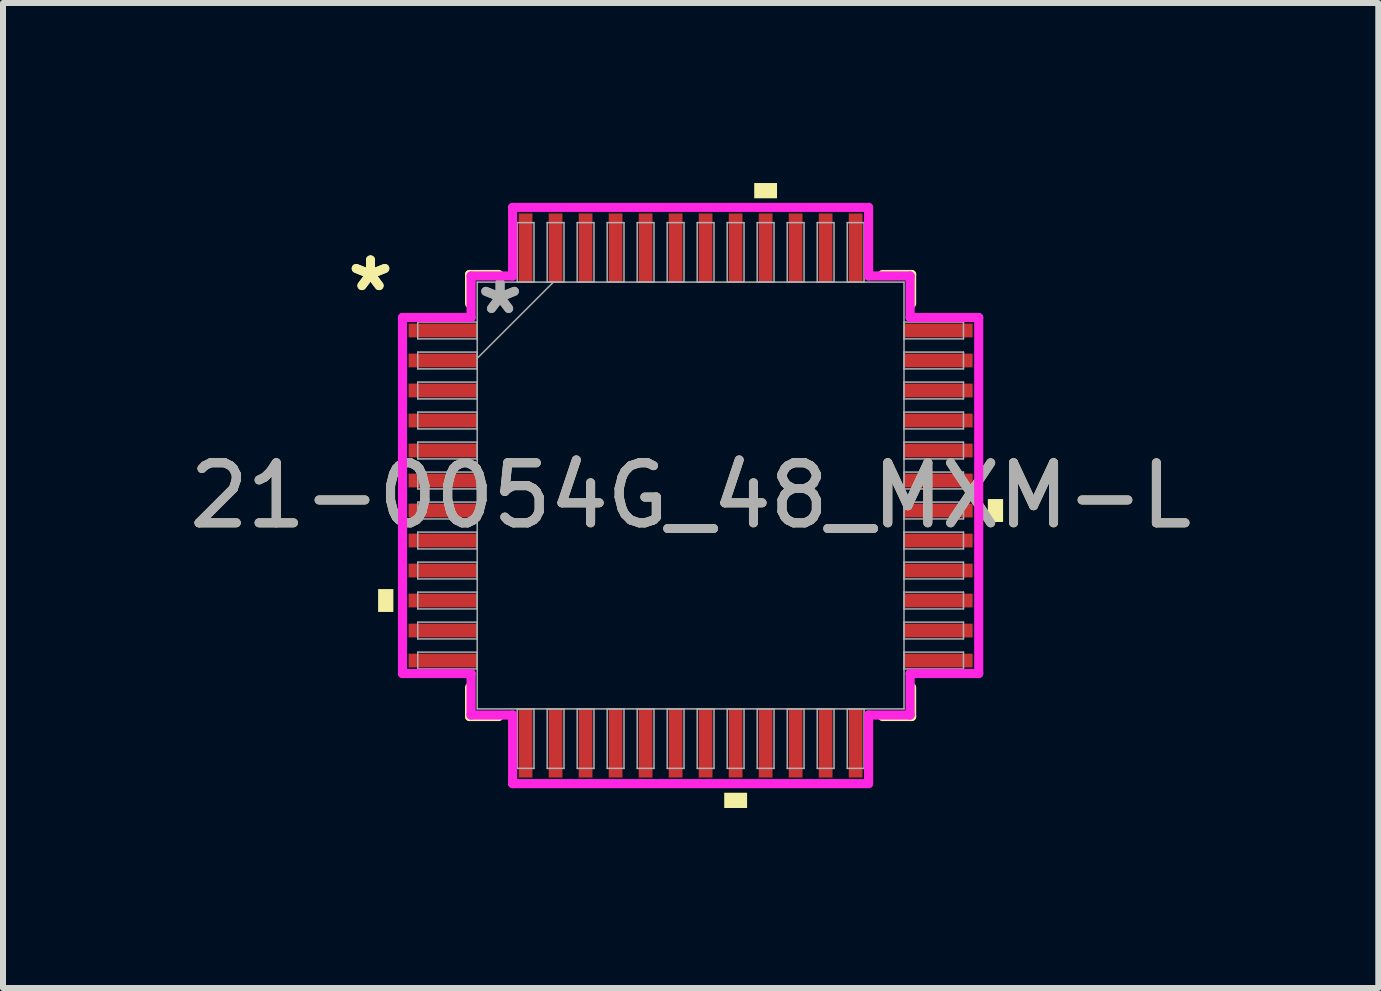
<source format=kicad_pcb>
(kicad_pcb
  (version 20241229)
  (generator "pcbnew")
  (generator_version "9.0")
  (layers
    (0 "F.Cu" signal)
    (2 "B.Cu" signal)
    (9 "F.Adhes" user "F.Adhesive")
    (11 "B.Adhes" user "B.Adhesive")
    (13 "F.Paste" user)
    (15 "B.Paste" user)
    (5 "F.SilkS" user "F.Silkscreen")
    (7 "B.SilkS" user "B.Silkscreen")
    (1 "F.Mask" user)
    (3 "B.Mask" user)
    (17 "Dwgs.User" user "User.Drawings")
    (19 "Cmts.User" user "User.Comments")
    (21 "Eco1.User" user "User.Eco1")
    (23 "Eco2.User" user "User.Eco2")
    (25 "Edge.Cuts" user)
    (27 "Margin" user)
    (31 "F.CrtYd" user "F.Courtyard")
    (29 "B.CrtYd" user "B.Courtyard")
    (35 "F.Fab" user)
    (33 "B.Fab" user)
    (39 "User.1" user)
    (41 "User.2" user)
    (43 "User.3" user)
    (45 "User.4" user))
  (footprint "21-0054G_48_MXM-L"
    (layer "F.Cu")
    (at 8.458 5.207)
    (property "Reference" "21-0054G_48_MXM-L" (at 0 0 0) (unlocked yes) (layer "F.SilkS") (effects (font (size 1 1) (thickness 0.15))))
    (attr smd)
    (fp_line (start -3.683 -3.683) (end -3.683 -3.197) (stroke (width 0.152) (type solid)) (layer "F.SilkS"))
    (fp_line (start -3.683 3.197) (end -3.683 3.683) (stroke (width 0.152) (type solid)) (layer "F.SilkS"))
    (fp_line (start -3.683 3.683) (end -3.197 3.683) (stroke (width 0.152) (type solid)) (layer "F.SilkS"))
    (fp_line (start -3.197 -3.683) (end -3.683 -3.683) (stroke (width 0.152) (type solid)) (layer "F.SilkS"))
    (fp_line (start 3.197 3.683) (end 3.683 3.683) (stroke (width 0.152) (type solid)) (layer "F.SilkS"))
    (fp_line (start 3.683 -3.683) (end 3.197 -3.683) (stroke (width 0.152) (type solid)) (layer "F.SilkS"))
    (fp_line (start 3.683 -3.197) (end 3.683 -3.683) (stroke (width 0.152) (type solid)) (layer "F.SilkS"))
    (fp_line (start 3.683 3.683) (end 3.683 3.197) (stroke (width 0.152) (type solid)) (layer "F.SilkS"))
    (fp_poly (pts (xy -5.207 1.559) (xy -5.207 1.94) (xy -4.953 1.94) (xy -4.953 1.559)) (stroke (width 0) (type solid)) (fill yes) (layer "F.SilkS"))
    (fp_poly (pts (xy 0.56 4.953) (xy 0.56 5.207) (xy 0.941 5.207) (xy 0.941 4.953)) (stroke (width 0) (type solid)) (fill yes) (layer "F.SilkS"))
    (fp_poly (pts (xy 1.06 -4.953) (xy 1.06 -5.207) (xy 1.44 -5.207) (xy 1.44 -4.953)) (stroke (width 0) (type solid)) (fill yes) (layer "F.SilkS"))
    (fp_poly (pts (xy 5.207 0.059) (xy 5.207 0.441) (xy 4.953 0.441) (xy 4.953 0.059)) (stroke (width 0) (type solid)) (fill yes) (layer "F.SilkS"))
    (fp_line (start -4.801 -2.966) (end -3.658 -2.966) (stroke (width 0.152) (type solid)) (layer "F.CrtYd"))
    (fp_line (start -4.801 2.966) (end -4.801 -2.966) (stroke (width 0.152) (type solid)) (layer "F.CrtYd"))
    (fp_line (start -3.658 -3.658) (end -2.966 -3.658) (stroke (width 0.152) (type solid)) (layer "F.CrtYd"))
    (fp_line (start -3.658 -2.966) (end -3.658 -3.658) (stroke (width 0.152) (type solid)) (layer "F.CrtYd"))
    (fp_line (start -3.658 2.966) (end -4.801 2.966) (stroke (width 0.152) (type solid)) (layer "F.CrtYd"))
    (fp_line (start -3.658 3.658) (end -3.658 2.966) (stroke (width 0.152) (type solid)) (layer "F.CrtYd"))
    (fp_line (start -3.658 3.658) (end -2.966 3.658) (stroke (width 0.152) (type solid)) (layer "F.CrtYd"))
    (fp_line (start -2.966 -4.801) (end 2.966 -4.801) (stroke (width 0.152) (type solid)) (layer "F.CrtYd"))
    (fp_line (start -2.966 -3.658) (end -2.966 -4.801) (stroke (width 0.152) (type solid)) (layer "F.CrtYd"))
    (fp_line (start -2.966 3.658) (end -2.966 4.801) (stroke (width 0.152) (type solid)) (layer "F.CrtYd"))
    (fp_line (start -2.966 4.801) (end 2.966 4.801) (stroke (width 0.152) (type solid)) (layer "F.CrtYd"))
    (fp_line (start 2.966 -4.801) (end 2.966 -3.658) (stroke (width 0.152) (type solid)) (layer "F.CrtYd"))
    (fp_line (start 2.966 -3.658) (end 3.658 -3.658) (stroke (width 0.152) (type solid)) (layer "F.CrtYd"))
    (fp_line (start 2.966 3.658) (end 3.658 3.658) (stroke (width 0.152) (type solid)) (layer "F.CrtYd"))
    (fp_line (start 2.966 4.801) (end 2.966 3.658) (stroke (width 0.152) (type solid)) (layer "F.CrtYd"))
    (fp_line (start 3.658 -2.966) (end 3.658 -3.658) (stroke (width 0.152) (type solid)) (layer "F.CrtYd"))
    (fp_line (start 3.658 2.966) (end 4.801 2.966) (stroke (width 0.152) (type solid)) (layer "F.CrtYd"))
    (fp_line (start 3.658 3.658) (end 3.658 2.966) (stroke (width 0.152) (type solid)) (layer "F.CrtYd"))
    (fp_line (start 4.801 -2.966) (end 3.658 -2.966) (stroke (width 0.152) (type solid)) (layer "F.CrtYd"))
    (fp_line (start 4.801 2.966) (end 4.801 -2.966) (stroke (width 0.152) (type solid)) (layer "F.CrtYd"))
    (fp_line (start -4.547 -2.89) (end -4.547 -2.61) (stroke (width 0.025) (type solid)) (layer "F.Fab"))
    (fp_line (start -4.547 -2.61) (end -3.556 -2.61) (stroke (width 0.025) (type solid)) (layer "F.Fab"))
    (fp_line (start -4.547 -2.39) (end -4.547 -2.11) (stroke (width 0.025) (type solid)) (layer "F.Fab"))
    (fp_line (start -4.547 -2.11) (end -3.556 -2.11) (stroke (width 0.025) (type solid)) (layer "F.Fab"))
    (fp_line (start -4.547 -1.89) (end -4.547 -1.61) (stroke (width 0.025) (type solid)) (layer "F.Fab"))
    (fp_line (start -4.547 -1.61) (end -3.556 -1.61) (stroke (width 0.025) (type solid)) (layer "F.Fab"))
    (fp_line (start -4.547 -1.39) (end -4.547 -1.11) (stroke (width 0.025) (type solid)) (layer "F.Fab"))
    (fp_line (start -4.547 -1.11) (end -3.556 -1.11) (stroke (width 0.025) (type solid)) (layer "F.Fab"))
    (fp_line (start -4.547 -0.89) (end -4.547 -0.61) (stroke (width 0.025) (type solid)) (layer "F.Fab"))
    (fp_line (start -4.547 -0.61) (end -3.556 -0.61) (stroke (width 0.025) (type solid)) (layer "F.Fab"))
    (fp_line (start -4.547 -0.39) (end -4.547 -0.11) (stroke (width 0.025) (type solid)) (layer "F.Fab"))
    (fp_line (start -4.547 -0.11) (end -3.556 -0.11) (stroke (width 0.025) (type solid)) (layer "F.Fab"))
    (fp_line (start -4.547 0.11) (end -4.547 0.39) (stroke (width 0.025) (type solid)) (layer "F.Fab"))
    (fp_line (start -4.547 0.39) (end -3.556 0.39) (stroke (width 0.025) (type solid)) (layer "F.Fab"))
    (fp_line (start -4.547 0.61) (end -4.547 0.89) (stroke (width 0.025) (type solid)) (layer "F.Fab"))
    (fp_line (start -4.547 0.89) (end -3.556 0.89) (stroke (width 0.025) (type solid)) (layer "F.Fab"))
    (fp_line (start -4.547 1.11) (end -4.547 1.39) (stroke (width 0.025) (type solid)) (layer "F.Fab"))
    (fp_line (start -4.547 1.39) (end -3.556 1.39) (stroke (width 0.025) (type solid)) (layer "F.Fab"))
    (fp_line (start -4.547 1.61) (end -4.547 1.89) (stroke (width 0.025) (type solid)) (layer "F.Fab"))
    (fp_line (start -4.547 1.89) (end -3.556 1.89) (stroke (width 0.025) (type solid)) (layer "F.Fab"))
    (fp_line (start -4.547 2.11) (end -4.547 2.39) (stroke (width 0.025) (type solid)) (layer "F.Fab"))
    (fp_line (start -4.547 2.39) (end -3.556 2.39) (stroke (width 0.025) (type solid)) (layer "F.Fab"))
    (fp_line (start -4.547 2.61) (end -4.547 2.89) (stroke (width 0.025) (type solid)) (layer "F.Fab"))
    (fp_line (start -4.547 2.89) (end -3.556 2.89) (stroke (width 0.025) (type solid)) (layer "F.Fab"))
    (fp_line (start -3.556 -3.556) (end -3.556 3.556) (stroke (width 0.025) (type solid)) (layer "F.Fab"))
    (fp_line (start -3.556 -2.89) (end -4.547 -2.89) (stroke (width 0.025) (type solid)) (layer "F.Fab"))
    (fp_line (start -3.556 -2.61) (end -3.556 -2.89) (stroke (width 0.025) (type solid)) (layer "F.Fab"))
    (fp_line (start -3.556 -2.39) (end -4.547 -2.39) (stroke (width 0.025) (type solid)) (layer "F.Fab"))
    (fp_line (start -3.556 -2.286) (end -2.286 -3.556) (stroke (width 0.025) (type solid)) (layer "F.Fab"))
    (fp_line (start -3.556 -2.11) (end -3.556 -2.39) (stroke (width 0.025) (type solid)) (layer "F.Fab"))
    (fp_line (start -3.556 -1.89) (end -4.547 -1.89) (stroke (width 0.025) (type solid)) (layer "F.Fab"))
    (fp_line (start -3.556 -1.61) (end -3.556 -1.89) (stroke (width 0.025) (type solid)) (layer "F.Fab"))
    (fp_line (start -3.556 -1.39) (end -4.547 -1.39) (stroke (width 0.025) (type solid)) (layer "F.Fab"))
    (fp_line (start -3.556 -1.11) (end -3.556 -1.39) (stroke (width 0.025) (type solid)) (layer "F.Fab"))
    (fp_line (start -3.556 -0.89) (end -4.547 -0.89) (stroke (width 0.025) (type solid)) (layer "F.Fab"))
    (fp_line (start -3.556 -0.61) (end -3.556 -0.89) (stroke (width 0.025) (type solid)) (layer "F.Fab"))
    (fp_line (start -3.556 -0.39) (end -4.547 -0.39) (stroke (width 0.025) (type solid)) (layer "F.Fab"))
    (fp_line (start -3.556 -0.11) (end -3.556 -0.39) (stroke (width 0.025) (type solid)) (layer "F.Fab"))
    (fp_line (start -3.556 0.11) (end -4.547 0.11) (stroke (width 0.025) (type solid)) (layer "F.Fab"))
    (fp_line (start -3.556 0.39) (end -3.556 0.11) (stroke (width 0.025) (type solid)) (layer "F.Fab"))
    (fp_line (start -3.556 0.61) (end -4.547 0.61) (stroke (width 0.025) (type solid)) (layer "F.Fab"))
    (fp_line (start -3.556 0.89) (end -3.556 0.61) (stroke (width 0.025) (type solid)) (layer "F.Fab"))
    (fp_line (start -3.556 1.11) (end -4.547 1.11) (stroke (width 0.025) (type solid)) (layer "F.Fab"))
    (fp_line (start -3.556 1.39) (end -3.556 1.11) (stroke (width 0.025) (type solid)) (layer "F.Fab"))
    (fp_line (start -3.556 1.61) (end -4.547 1.61) (stroke (width 0.025) (type solid)) (layer "F.Fab"))
    (fp_line (start -3.556 1.89) (end -3.556 1.61) (stroke (width 0.025) (type solid)) (layer "F.Fab"))
    (fp_line (start -3.556 2.11) (end -4.547 2.11) (stroke (width 0.025) (type solid)) (layer "F.Fab"))
    (fp_line (start -3.556 2.39) (end -3.556 2.11) (stroke (width 0.025) (type solid)) (layer "F.Fab"))
    (fp_line (start -3.556 2.61) (end -4.547 2.61) (stroke (width 0.025) (type solid)) (layer "F.Fab"))
    (fp_line (start -3.556 2.89) (end -3.556 2.61) (stroke (width 0.025) (type solid)) (layer "F.Fab"))
    (fp_line (start -3.556 3.556) (end 3.556 3.556) (stroke (width 0.025) (type solid)) (layer "F.Fab"))
    (fp_line (start -2.89 -4.547) (end -2.89 -3.556) (stroke (width 0.025) (type solid)) (layer "F.Fab"))
    (fp_line (start -2.89 -3.556) (end -2.61 -3.556) (stroke (width 0.025) (type solid)) (layer "F.Fab"))
    (fp_line (start -2.89 3.556) (end -2.89 4.547) (stroke (width 0.025) (type solid)) (layer "F.Fab"))
    (fp_line (start -2.89 4.547) (end -2.61 4.547) (stroke (width 0.025) (type solid)) (layer "F.Fab"))
    (fp_line (start -2.61 -4.547) (end -2.89 -4.547) (stroke (width 0.025) (type solid)) (layer "F.Fab"))
    (fp_line (start -2.61 -3.556) (end -2.61 -4.547) (stroke (width 0.025) (type solid)) (layer "F.Fab"))
    (fp_line (start -2.61 3.556) (end -2.89 3.556) (stroke (width 0.025) (type solid)) (layer "F.Fab"))
    (fp_line (start -2.61 4.547) (end -2.61 3.556) (stroke (width 0.025) (type solid)) (layer "F.Fab"))
    (fp_line (start -2.39 -4.547) (end -2.39 -3.556) (stroke (width 0.025) (type solid)) (layer "F.Fab"))
    (fp_line (start -2.39 -3.556) (end -2.11 -3.556) (stroke (width 0.025) (type solid)) (layer "F.Fab"))
    (fp_line (start -2.39 3.556) (end -2.39 4.547) (stroke (width 0.025) (type solid)) (layer "F.Fab"))
    (fp_line (start -2.39 4.547) (end -2.11 4.547) (stroke (width 0.025) (type solid)) (layer "F.Fab"))
    (fp_line (start -2.11 -4.547) (end -2.39 -4.547) (stroke (width 0.025) (type solid)) (layer "F.Fab"))
    (fp_line (start -2.11 -3.556) (end -2.11 -4.547) (stroke (width 0.025) (type solid)) (layer "F.Fab"))
    (fp_line (start -2.11 3.556) (end -2.39 3.556) (stroke (width 0.025) (type solid)) (layer "F.Fab"))
    (fp_line (start -2.11 4.547) (end -2.11 3.556) (stroke (width 0.025) (type solid)) (layer "F.Fab"))
    (fp_line (start -1.89 -4.547) (end -1.89 -3.556) (stroke (width 0.025) (type solid)) (layer "F.Fab"))
    (fp_line (start -1.89 -3.556) (end -1.61 -3.556) (stroke (width 0.025) (type solid)) (layer "F.Fab"))
    (fp_line (start -1.89 3.556) (end -1.89 4.547) (stroke (width 0.025) (type solid)) (layer "F.Fab"))
    (fp_line (start -1.89 4.547) (end -1.61 4.547) (stroke (width 0.025) (type solid)) (layer "F.Fab"))
    (fp_line (start -1.61 -4.547) (end -1.89 -4.547) (stroke (width 0.025) (type solid)) (layer "F.Fab"))
    (fp_line (start -1.61 -3.556) (end -1.61 -4.547) (stroke (width 0.025) (type solid)) (layer "F.Fab"))
    (fp_line (start -1.61 3.556) (end -1.89 3.556) (stroke (width 0.025) (type solid)) (layer "F.Fab"))
    (fp_line (start -1.61 4.547) (end -1.61 3.556) (stroke (width 0.025) (type solid)) (layer "F.Fab"))
    (fp_line (start -1.39 -4.547) (end -1.39 -3.556) (stroke (width 0.025) (type solid)) (layer "F.Fab"))
    (fp_line (start -1.39 -3.556) (end -1.11 -3.556) (stroke (width 0.025) (type solid)) (layer "F.Fab"))
    (fp_line (start -1.39 3.556) (end -1.39 4.547) (stroke (width 0.025) (type solid)) (layer "F.Fab"))
    (fp_line (start -1.39 4.547) (end -1.11 4.547) (stroke (width 0.025) (type solid)) (layer "F.Fab"))
    (fp_line (start -1.11 -4.547) (end -1.39 -4.547) (stroke (width 0.025) (type solid)) (layer "F.Fab"))
    (fp_line (start -1.11 -3.556) (end -1.11 -4.547) (stroke (width 0.025) (type solid)) (layer "F.Fab"))
    (fp_line (start -1.11 3.556) (end -1.39 3.556) (stroke (width 0.025) (type solid)) (layer "F.Fab"))
    (fp_line (start -1.11 4.547) (end -1.11 3.556) (stroke (width 0.025) (type solid)) (layer "F.Fab"))
    (fp_line (start -0.89 -4.547) (end -0.89 -3.556) (stroke (width 0.025) (type solid)) (layer "F.Fab"))
    (fp_line (start -0.89 -3.556) (end -0.61 -3.556) (stroke (width 0.025) (type solid)) (layer "F.Fab"))
    (fp_line (start -0.89 3.556) (end -0.89 4.547) (stroke (width 0.025) (type solid)) (layer "F.Fab"))
    (fp_line (start -0.89 4.547) (end -0.61 4.547) (stroke (width 0.025) (type solid)) (layer "F.Fab"))
    (fp_line (start -0.61 -4.547) (end -0.89 -4.547) (stroke (width 0.025) (type solid)) (layer "F.Fab"))
    (fp_line (start -0.61 -3.556) (end -0.61 -4.547) (stroke (width 0.025) (type solid)) (layer "F.Fab"))
    (fp_line (start -0.61 3.556) (end -0.89 3.556) (stroke (width 0.025) (type solid)) (layer "F.Fab"))
    (fp_line (start -0.61 4.547) (end -0.61 3.556) (stroke (width 0.025) (type solid)) (layer "F.Fab"))
    (fp_line (start -0.39 -4.547) (end -0.39 -3.556) (stroke (width 0.025) (type solid)) (layer "F.Fab"))
    (fp_line (start -0.39 -3.556) (end -0.11 -3.556) (stroke (width 0.025) (type solid)) (layer "F.Fab"))
    (fp_line (start -0.39 3.556) (end -0.39 4.547) (stroke (width 0.025) (type solid)) (layer "F.Fab"))
    (fp_line (start -0.39 4.547) (end -0.11 4.547) (stroke (width 0.025) (type solid)) (layer "F.Fab"))
    (fp_line (start -0.11 -4.547) (end -0.39 -4.547) (stroke (width 0.025) (type solid)) (layer "F.Fab"))
    (fp_line (start -0.11 -3.556) (end -0.11 -4.547) (stroke (width 0.025) (type solid)) (layer "F.Fab"))
    (fp_line (start -0.11 3.556) (end -0.39 3.556) (stroke (width 0.025) (type solid)) (layer "F.Fab"))
    (fp_line (start -0.11 4.547) (end -0.11 3.556) (stroke (width 0.025) (type solid)) (layer "F.Fab"))
    (fp_line (start 0.11 -4.547) (end 0.11 -3.556) (stroke (width 0.025) (type solid)) (layer "F.Fab"))
    (fp_line (start 0.11 -3.556) (end 0.39 -3.556) (stroke (width 0.025) (type solid)) (layer "F.Fab"))
    (fp_line (start 0.11 3.556) (end 0.11 4.547) (stroke (width 0.025) (type solid)) (layer "F.Fab"))
    (fp_line (start 0.11 4.547) (end 0.39 4.547) (stroke (width 0.025) (type solid)) (layer "F.Fab"))
    (fp_line (start 0.39 -4.547) (end 0.11 -4.547) (stroke (width 0.025) (type solid)) (layer "F.Fab"))
    (fp_line (start 0.39 -3.556) (end 0.39 -4.547) (stroke (width 0.025) (type solid)) (layer "F.Fab"))
    (fp_line (start 0.39 3.556) (end 0.11 3.556) (stroke (width 0.025) (type solid)) (layer "F.Fab"))
    (fp_line (start 0.39 4.547) (end 0.39 3.556) (stroke (width 0.025) (type solid)) (layer "F.Fab"))
    (fp_line (start 0.61 -4.547) (end 0.61 -3.556) (stroke (width 0.025) (type solid)) (layer "F.Fab"))
    (fp_line (start 0.61 -3.556) (end 0.89 -3.556) (stroke (width 0.025) (type solid)) (layer "F.Fab"))
    (fp_line (start 0.61 3.556) (end 0.61 4.547) (stroke (width 0.025) (type solid)) (layer "F.Fab"))
    (fp_line (start 0.61 4.547) (end 0.89 4.547) (stroke (width 0.025) (type solid)) (layer "F.Fab"))
    (fp_line (start 0.89 -4.547) (end 0.61 -4.547) (stroke (width 0.025) (type solid)) (layer "F.Fab"))
    (fp_line (start 0.89 -3.556) (end 0.89 -4.547) (stroke (width 0.025) (type solid)) (layer "F.Fab"))
    (fp_line (start 0.89 3.556) (end 0.61 3.556) (stroke (width 0.025) (type solid)) (layer "F.Fab"))
    (fp_line (start 0.89 4.547) (end 0.89 3.556) (stroke (width 0.025) (type solid)) (layer "F.Fab"))
    (fp_line (start 1.11 -4.547) (end 1.11 -3.556) (stroke (width 0.025) (type solid)) (layer "F.Fab"))
    (fp_line (start 1.11 -3.556) (end 1.39 -3.556) (stroke (width 0.025) (type solid)) (layer "F.Fab"))
    (fp_line (start 1.11 3.556) (end 1.11 4.547) (stroke (width 0.025) (type solid)) (layer "F.Fab"))
    (fp_line (start 1.11 4.547) (end 1.39 4.547) (stroke (width 0.025) (type solid)) (layer "F.Fab"))
    (fp_line (start 1.39 -4.547) (end 1.11 -4.547) (stroke (width 0.025) (type solid)) (layer "F.Fab"))
    (fp_line (start 1.39 -3.556) (end 1.39 -4.547) (stroke (width 0.025) (type solid)) (layer "F.Fab"))
    (fp_line (start 1.39 3.556) (end 1.11 3.556) (stroke (width 0.025) (type solid)) (layer "F.Fab"))
    (fp_line (start 1.39 4.547) (end 1.39 3.556) (stroke (width 0.025) (type solid)) (layer "F.Fab"))
    (fp_line (start 1.61 -4.547) (end 1.61 -3.556) (stroke (width 0.025) (type solid)) (layer "F.Fab"))
    (fp_line (start 1.61 -3.556) (end 1.89 -3.556) (stroke (width 0.025) (type solid)) (layer "F.Fab"))
    (fp_line (start 1.61 3.556) (end 1.61 4.547) (stroke (width 0.025) (type solid)) (layer "F.Fab"))
    (fp_line (start 1.61 4.547) (end 1.89 4.547) (stroke (width 0.025) (type solid)) (layer "F.Fab"))
    (fp_line (start 1.89 -4.547) (end 1.61 -4.547) (stroke (width 0.025) (type solid)) (layer "F.Fab"))
    (fp_line (start 1.89 -3.556) (end 1.89 -4.547) (stroke (width 0.025) (type solid)) (layer "F.Fab"))
    (fp_line (start 1.89 3.556) (end 1.61 3.556) (stroke (width 0.025) (type solid)) (layer "F.Fab"))
    (fp_line (start 1.89 4.547) (end 1.89 3.556) (stroke (width 0.025) (type solid)) (layer "F.Fab"))
    (fp_line (start 2.11 -4.547) (end 2.11 -3.556) (stroke (width 0.025) (type solid)) (layer "F.Fab"))
    (fp_line (start 2.11 -3.556) (end 2.39 -3.556) (stroke (width 0.025) (type solid)) (layer "F.Fab"))
    (fp_line (start 2.11 3.556) (end 2.11 4.547) (stroke (width 0.025) (type solid)) (layer "F.Fab"))
    (fp_line (start 2.11 4.547) (end 2.39 4.547) (stroke (width 0.025) (type solid)) (layer "F.Fab"))
    (fp_line (start 2.39 -4.547) (end 2.11 -4.547) (stroke (width 0.025) (type solid)) (layer "F.Fab"))
    (fp_line (start 2.39 -3.556) (end 2.39 -4.547) (stroke (width 0.025) (type solid)) (layer "F.Fab"))
    (fp_line (start 2.39 3.556) (end 2.11 3.556) (stroke (width 0.025) (type solid)) (layer "F.Fab"))
    (fp_line (start 2.39 4.547) (end 2.39 3.556) (stroke (width 0.025) (type solid)) (layer "F.Fab"))
    (fp_line (start 2.61 -4.547) (end 2.61 -3.556) (stroke (width 0.025) (type solid)) (layer "F.Fab"))
    (fp_line (start 2.61 -3.556) (end 2.89 -3.556) (stroke (width 0.025) (type solid)) (layer "F.Fab"))
    (fp_line (start 2.61 3.556) (end 2.61 4.547) (stroke (width 0.025) (type solid)) (layer "F.Fab"))
    (fp_line (start 2.61 4.547) (end 2.89 4.547) (stroke (width 0.025) (type solid)) (layer "F.Fab"))
    (fp_line (start 2.89 -4.547) (end 2.61 -4.547) (stroke (width 0.025) (type solid)) (layer "F.Fab"))
    (fp_line (start 2.89 -3.556) (end 2.89 -4.547) (stroke (width 0.025) (type solid)) (layer "F.Fab"))
    (fp_line (start 2.89 3.556) (end 2.61 3.556) (stroke (width 0.025) (type solid)) (layer "F.Fab"))
    (fp_line (start 2.89 4.547) (end 2.89 3.556) (stroke (width 0.025) (type solid)) (layer "F.Fab"))
    (fp_line (start 3.556 -3.556) (end -3.556 -3.556) (stroke (width 0.025) (type solid)) (layer "F.Fab"))
    (fp_line (start 3.556 -2.89) (end 3.556 -2.61) (stroke (width 0.025) (type solid)) (layer "F.Fab"))
    (fp_line (start 3.556 -2.61) (end 4.547 -2.61) (stroke (width 0.025) (type solid)) (layer "F.Fab"))
    (fp_line (start 3.556 -2.39) (end 3.556 -2.11) (stroke (width 0.025) (type solid)) (layer "F.Fab"))
    (fp_line (start 3.556 -2.11) (end 4.547 -2.11) (stroke (width 0.025) (type solid)) (layer "F.Fab"))
    (fp_line (start 3.556 -1.89) (end 3.556 -1.61) (stroke (width 0.025) (type solid)) (layer "F.Fab"))
    (fp_line (start 3.556 -1.61) (end 4.547 -1.61) (stroke (width 0.025) (type solid)) (layer "F.Fab"))
    (fp_line (start 3.556 -1.39) (end 3.556 -1.11) (stroke (width 0.025) (type solid)) (layer "F.Fab"))
    (fp_line (start 3.556 -1.11) (end 4.547 -1.11) (stroke (width 0.025) (type solid)) (layer "F.Fab"))
    (fp_line (start 3.556 -0.89) (end 3.556 -0.61) (stroke (width 0.025) (type solid)) (layer "F.Fab"))
    (fp_line (start 3.556 -0.61) (end 4.547 -0.61) (stroke (width 0.025) (type solid)) (layer "F.Fab"))
    (fp_line (start 3.556 -0.39) (end 3.556 -0.11) (stroke (width 0.025) (type solid)) (layer "F.Fab"))
    (fp_line (start 3.556 -0.11) (end 4.547 -0.11) (stroke (width 0.025) (type solid)) (layer "F.Fab"))
    (fp_line (start 3.556 0.11) (end 3.556 0.39) (stroke (width 0.025) (type solid)) (layer "F.Fab"))
    (fp_line (start 3.556 0.39) (end 4.547 0.39) (stroke (width 0.025) (type solid)) (layer "F.Fab"))
    (fp_line (start 3.556 0.61) (end 3.556 0.89) (stroke (width 0.025) (type solid)) (layer "F.Fab"))
    (fp_line (start 3.556 0.89) (end 4.547 0.89) (stroke (width 0.025) (type solid)) (layer "F.Fab"))
    (fp_line (start 3.556 1.11) (end 3.556 1.39) (stroke (width 0.025) (type solid)) (layer "F.Fab"))
    (fp_line (start 3.556 1.39) (end 4.547 1.39) (stroke (width 0.025) (type solid)) (layer "F.Fab"))
    (fp_line (start 3.556 1.61) (end 3.556 1.89) (stroke (width 0.025) (type solid)) (layer "F.Fab"))
    (fp_line (start 3.556 1.89) (end 4.547 1.89) (stroke (width 0.025) (type solid)) (layer "F.Fab"))
    (fp_line (start 3.556 2.11) (end 3.556 2.39) (stroke (width 0.025) (type solid)) (layer "F.Fab"))
    (fp_line (start 3.556 2.39) (end 4.547 2.39) (stroke (width 0.025) (type solid)) (layer "F.Fab"))
    (fp_line (start 3.556 2.61) (end 3.556 2.89) (stroke (width 0.025) (type solid)) (layer "F.Fab"))
    (fp_line (start 3.556 2.89) (end 4.547 2.89) (stroke (width 0.025) (type solid)) (layer "F.Fab"))
    (fp_line (start 3.556 3.556) (end 3.556 -3.556) (stroke (width 0.025) (type solid)) (layer "F.Fab"))
    (fp_line (start 4.547 -2.89) (end 3.556 -2.89) (stroke (width 0.025) (type solid)) (layer "F.Fab"))
    (fp_line (start 4.547 -2.61) (end 4.547 -2.89) (stroke (width 0.025) (type solid)) (layer "F.Fab"))
    (fp_line (start 4.547 -2.39) (end 3.556 -2.39) (stroke (width 0.025) (type solid)) (layer "F.Fab"))
    (fp_line (start 4.547 -2.11) (end 4.547 -2.39) (stroke (width 0.025) (type solid)) (layer "F.Fab"))
    (fp_line (start 4.547 -1.89) (end 3.556 -1.89) (stroke (width 0.025) (type solid)) (layer "F.Fab"))
    (fp_line (start 4.547 -1.61) (end 4.547 -1.89) (stroke (width 0.025) (type solid)) (layer "F.Fab"))
    (fp_line (start 4.547 -1.39) (end 3.556 -1.39) (stroke (width 0.025) (type solid)) (layer "F.Fab"))
    (fp_line (start 4.547 -1.11) (end 4.547 -1.39) (stroke (width 0.025) (type solid)) (layer "F.Fab"))
    (fp_line (start 4.547 -0.89) (end 3.556 -0.89) (stroke (width 0.025) (type solid)) (layer "F.Fab"))
    (fp_line (start 4.547 -0.61) (end 4.547 -0.89) (stroke (width 0.025) (type solid)) (layer "F.Fab"))
    (fp_line (start 4.547 -0.39) (end 3.556 -0.39) (stroke (width 0.025) (type solid)) (layer "F.Fab"))
    (fp_line (start 4.547 -0.11) (end 4.547 -0.39) (stroke (width 0.025) (type solid)) (layer "F.Fab"))
    (fp_line (start 4.547 0.11) (end 3.556 0.11) (stroke (width 0.025) (type solid)) (layer "F.Fab"))
    (fp_line (start 4.547 0.39) (end 4.547 0.11) (stroke (width 0.025) (type solid)) (layer "F.Fab"))
    (fp_line (start 4.547 0.61) (end 3.556 0.61) (stroke (width 0.025) (type solid)) (layer "F.Fab"))
    (fp_line (start 4.547 0.89) (end 4.547 0.61) (stroke (width 0.025) (type solid)) (layer "F.Fab"))
    (fp_line (start 4.547 1.11) (end 3.556 1.11) (stroke (width 0.025) (type solid)) (layer "F.Fab"))
    (fp_line (start 4.547 1.39) (end 4.547 1.11) (stroke (width 0.025) (type solid)) (layer "F.Fab"))
    (fp_line (start 4.547 1.61) (end 3.556 1.61) (stroke (width 0.025) (type solid)) (layer "F.Fab"))
    (fp_line (start 4.547 1.89) (end 4.547 1.61) (stroke (width 0.025) (type solid)) (layer "F.Fab"))
    (fp_line (start 4.547 2.11) (end 3.556 2.11) (stroke (width 0.025) (type solid)) (layer "F.Fab"))
    (fp_line (start 4.547 2.39) (end 4.547 2.11) (stroke (width 0.025) (type solid)) (layer "F.Fab"))
    (fp_line (start 4.547 2.61) (end 3.556 2.61) (stroke (width 0.025) (type solid)) (layer "F.Fab"))
    (fp_line (start 4.547 2.89) (end 4.547 2.61) (stroke (width 0.025) (type solid)) (layer "F.Fab"))
    (fp_text user "*" (at -5.334 -3.381 0) (unlocked yes) (layer "F.SilkS") (effects (font (size 1 1) (thickness 0.15))))
    (fp_text user "*" (at -5.334 -3.381 0) (layer "F.SilkS") (effects (font (size 1 1) (thickness 0.15))))
    (fp_text user "*" (at -3.175 -3 0) (layer "F.Fab") (effects (font (size 1 1) (thickness 0.15))))
    (fp_text user "${REFERENCE}" (at 0 0 0) (unlocked yes) (layer "F.Fab") (effects (font (size 1 1) (thickness 0.15))))
    (fp_text user "*" (at -3.175 -3 0) (unlocked yes) (layer "F.Fab") (effects (font (size 1 1) (thickness 0.15))))
    (pad "1" smd rect (at -4.128 -2.75 90) (size 0.229 1.143) (layers "F.Cu" "F.Mask" "F.Paste"))
    (pad "2" smd rect (at -4.128 -2.25 90) (size 0.229 1.143) (layers "F.Cu" "F.Mask" "F.Paste"))
    (pad "3" smd rect (at -4.128 -1.75 90) (size 0.229 1.143) (layers "F.Cu" "F.Mask" "F.Paste"))
    (pad "4" smd rect (at -4.128 -1.25 90) (size 0.229 1.143) (layers "F.Cu" "F.Mask" "F.Paste"))
    (pad "5" smd rect (at -4.128 -0.75 90) (size 0.229 1.143) (layers "F.Cu" "F.Mask" "F.Paste"))
    (pad "6" smd rect (at -4.128 -0.25 90) (size 0.229 1.143) (layers "F.Cu" "F.Mask" "F.Paste"))
    (pad "7" smd rect (at -4.128 0.25 90) (size 0.229 1.143) (layers "F.Cu" "F.Mask" "F.Paste"))
    (pad "8" smd rect (at -4.128 0.75 90) (size 0.229 1.143) (layers "F.Cu" "F.Mask" "F.Paste"))
    (pad "9" smd rect (at -4.128 1.25 90) (size 0.229 1.143) (layers "F.Cu" "F.Mask" "F.Paste"))
    (pad "10" smd rect (at -4.128 1.75 90) (size 0.229 1.143) (layers "F.Cu" "F.Mask" "F.Paste"))
    (pad "11" smd rect (at -4.128 2.25 90) (size 0.229 1.143) (layers "F.Cu" "F.Mask" "F.Paste"))
    (pad "12" smd rect (at -4.128 2.75 90) (size 0.229 1.143) (layers "F.Cu" "F.Mask" "F.Paste"))
    (pad "13" smd rect (at -2.75 4.128) (size 0.229 1.143) (layers "F.Cu" "F.Mask" "F.Paste"))
    (pad "14" smd rect (at -2.25 4.128) (size 0.229 1.143) (layers "F.Cu" "F.Mask" "F.Paste"))
    (pad "15" smd rect (at -1.75 4.128) (size 0.229 1.143) (layers "F.Cu" "F.Mask" "F.Paste"))
    (pad "16" smd rect (at -1.25 4.128) (size 0.229 1.143) (layers "F.Cu" "F.Mask" "F.Paste"))
    (pad "17" smd rect (at -0.75 4.128) (size 0.229 1.143) (layers "F.Cu" "F.Mask" "F.Paste"))
    (pad "18" smd rect (at -0.25 4.128) (size 0.229 1.143) (layers "F.Cu" "F.Mask" "F.Paste"))
    (pad "19" smd rect (at 0.25 4.128) (size 0.229 1.143) (layers "F.Cu" "F.Mask" "F.Paste"))
    (pad "20" smd rect (at 0.75 4.128) (size 0.229 1.143) (layers "F.Cu" "F.Mask" "F.Paste"))
    (pad "21" smd rect (at 1.25 4.128) (size 0.229 1.143) (layers "F.Cu" "F.Mask" "F.Paste"))
    (pad "22" smd rect (at 1.75 4.128) (size 0.229 1.143) (layers "F.Cu" "F.Mask" "F.Paste"))
    (pad "23" smd rect (at 2.25 4.128) (size 0.229 1.143) (layers "F.Cu" "F.Mask" "F.Paste"))
    (pad "24" smd rect (at 2.75 4.128) (size 0.229 1.143) (layers "F.Cu" "F.Mask" "F.Paste"))
    (pad "25" smd rect (at 4.128 2.75 90) (size 0.229 1.143) (layers "F.Cu" "F.Mask" "F.Paste"))
    (pad "26" smd rect (at 4.128 2.25 90) (size 0.229 1.143) (layers "F.Cu" "F.Mask" "F.Paste"))
    (pad "27" smd rect (at 4.128 1.75 90) (size 0.229 1.143) (layers "F.Cu" "F.Mask" "F.Paste"))
    (pad "28" smd rect (at 4.128 1.25 90) (size 0.229 1.143) (layers "F.Cu" "F.Mask" "F.Paste"))
    (pad "29" smd rect (at 4.128 0.75 90) (size 0.229 1.143) (layers "F.Cu" "F.Mask" "F.Paste"))
    (pad "30" smd rect (at 4.128 0.25 90) (size 0.229 1.143) (layers "F.Cu" "F.Mask" "F.Paste"))
    (pad "31" smd rect (at 4.128 -0.25 90) (size 0.229 1.143) (layers "F.Cu" "F.Mask" "F.Paste"))
    (pad "32" smd rect (at 4.128 -0.75 90) (size 0.229 1.143) (layers "F.Cu" "F.Mask" "F.Paste"))
    (pad "33" smd rect (at 4.128 -1.25 90) (size 0.229 1.143) (layers "F.Cu" "F.Mask" "F.Paste"))
    (pad "34" smd rect (at 4.128 -1.75 90) (size 0.229 1.143) (layers "F.Cu" "F.Mask" "F.Paste"))
    (pad "35" smd rect (at 4.128 -2.25 90) (size 0.229 1.143) (layers "F.Cu" "F.Mask" "F.Paste"))
    (pad "36" smd rect (at 4.128 -2.75 90) (size 0.229 1.143) (layers "F.Cu" "F.Mask" "F.Paste"))
    (pad "37" smd rect (at 2.75 -4.128) (size 0.229 1.143) (layers "F.Cu" "F.Mask" "F.Paste"))
    (pad "38" smd rect (at 2.25 -4.128) (size 0.229 1.143) (layers "F.Cu" "F.Mask" "F.Paste"))
    (pad "39" smd rect (at 1.75 -4.128) (size 0.229 1.143) (layers "F.Cu" "F.Mask" "F.Paste"))
    (pad "40" smd rect (at 1.25 -4.128) (size 0.229 1.143) (layers "F.Cu" "F.Mask" "F.Paste"))
    (pad "41" smd rect (at 0.75 -4.128) (size 0.229 1.143) (layers "F.Cu" "F.Mask" "F.Paste"))
    (pad "42" smd rect (at 0.25 -4.128) (size 0.229 1.143) (layers "F.Cu" "F.Mask" "F.Paste"))
    (pad "43" smd rect (at -0.25 -4.128) (size 0.229 1.143) (layers "F.Cu" "F.Mask" "F.Paste"))
    (pad "44" smd rect (at -0.75 -4.128) (size 0.229 1.143) (layers "F.Cu" "F.Mask" "F.Paste"))
    (pad "45" smd rect (at -1.25 -4.128) (size 0.229 1.143) (layers "F.Cu" "F.Mask" "F.Paste"))
    (pad "46" smd rect (at -1.75 -4.128) (size 0.229 1.143) (layers "F.Cu" "F.Mask" "F.Paste"))
    (pad "47" smd rect (at -2.25 -4.128) (size 0.229 1.143) (layers "F.Cu" "F.Mask" "F.Paste"))
    (pad "48" smd rect (at -2.75 -4.128) (size 0.229 1.143) (layers "F.Cu" "F.Mask" "F.Paste")))
  (gr_rect
    (start -3 -3)
    (end 19.917 13.414)
    (stroke (width 0.1) (type default))
    (fill no)
    (layer "Edge.Cuts")))
</source>
